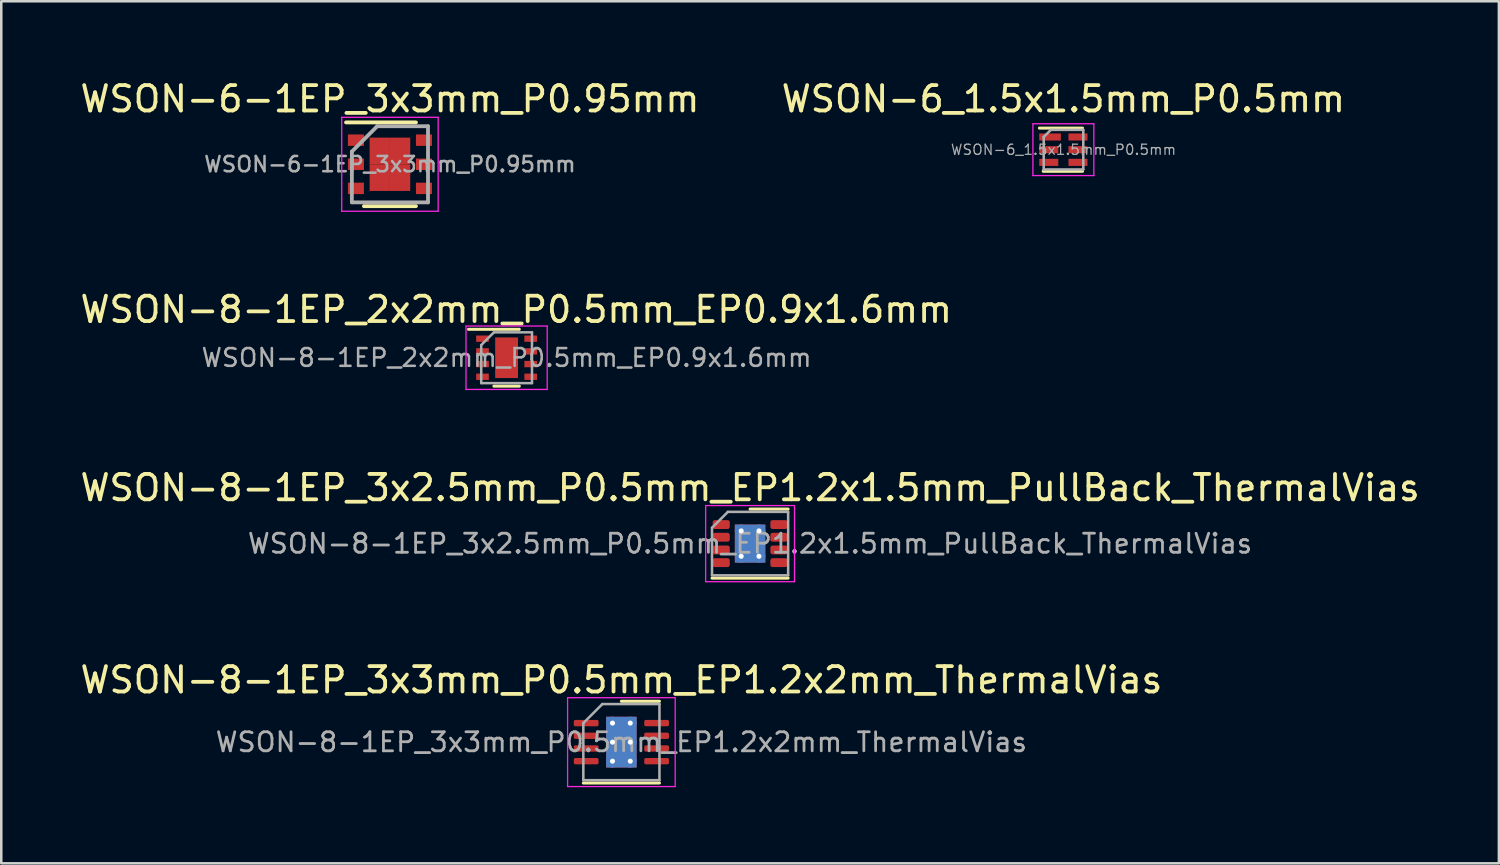
<source format=kicad_pcb>
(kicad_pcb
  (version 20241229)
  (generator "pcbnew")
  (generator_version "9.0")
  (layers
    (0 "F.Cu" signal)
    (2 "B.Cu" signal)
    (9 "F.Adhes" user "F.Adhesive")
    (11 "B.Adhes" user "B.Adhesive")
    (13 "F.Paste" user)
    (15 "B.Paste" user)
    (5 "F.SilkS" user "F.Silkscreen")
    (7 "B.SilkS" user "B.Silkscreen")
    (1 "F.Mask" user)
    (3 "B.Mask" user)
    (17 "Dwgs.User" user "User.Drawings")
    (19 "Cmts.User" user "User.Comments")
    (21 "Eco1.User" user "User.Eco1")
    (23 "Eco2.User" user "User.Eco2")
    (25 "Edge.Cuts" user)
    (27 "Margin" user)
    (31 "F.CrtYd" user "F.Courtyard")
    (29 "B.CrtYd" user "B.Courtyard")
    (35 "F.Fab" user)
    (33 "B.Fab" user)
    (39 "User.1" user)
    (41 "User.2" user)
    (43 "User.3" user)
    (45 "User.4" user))
  (footprint "WSON-8-1EP_3x3mm_P0.5mm_EP1.2x2mm_ThermalVias"
    (layer "F.Cu")
    (at 21.435 26.193)
    (property "Reference" "WSON-8-1EP_3x3mm_P0.5mm_EP1.2x2mm_ThermalVias" (at 0 -2.45 0) (layer "F.SilkS") (effects (font (size 1 1) (thickness 0.15))))
    (attr smd)
    (fp_line (start -1.5 1.61) (end 1.5 1.61) (stroke (width 0.12) (type solid)) (layer "F.SilkS"))
    (fp_line (start 0 -1.61) (end 1.5 -1.61) (stroke (width 0.12) (type solid)) (layer "F.SilkS"))
    (fp_line (start -2.12 -1.75) (end -2.12 1.75) (stroke (width 0.05) (type solid)) (layer "F.CrtYd"))
    (fp_line (start -2.12 1.75) (end 2.12 1.75) (stroke (width 0.05) (type solid)) (layer "F.CrtYd"))
    (fp_line (start 2.12 -1.75) (end -2.12 -1.75) (stroke (width 0.05) (type solid)) (layer "F.CrtYd"))
    (fp_line (start 2.12 1.75) (end 2.12 -1.75) (stroke (width 0.05) (type solid)) (layer "F.CrtYd"))
    (fp_line (start -1.5 -0.75) (end -0.75 -1.5) (stroke (width 0.1) (type solid)) (layer "F.Fab"))
    (fp_line (start -1.5 1.5) (end -1.5 -0.75) (stroke (width 0.1) (type solid)) (layer "F.Fab"))
    (fp_line (start -0.75 -1.5) (end 1.5 -1.5) (stroke (width 0.1) (type solid)) (layer "F.Fab"))
    (fp_line (start 1.5 -1.5) (end 1.5 1.5) (stroke (width 0.1) (type solid)) (layer "F.Fab"))
    (fp_line (start 1.5 1.5) (end -1.5 1.5) (stroke (width 0.1) (type solid)) (layer "F.Fab"))
    (fp_text user "${REFERENCE}" (at 0 0 0) (layer "F.Fab") (effects (font (size 0.75 0.75) (thickness 0.11))))
    (pad "" smd roundrect (at 0 -0.5) (size 1.04 0.87) (layers "F.Paste") (roundrect_rratio 0.25))
    (pad "" smd roundrect (at 0 0.5) (size 1.04 0.87) (layers "F.Paste") (roundrect_rratio 0.25))
    (pad "1" smd roundrect (at -1.387 -0.75) (size 0.975 0.25) (layers "F.Cu" "F.Mask" "F.Paste") (roundrect_rratio 0.25))
    (pad "2" smd roundrect (at -1.387 -0.25) (size 0.975 0.25) (layers "F.Cu" "F.Mask" "F.Paste") (roundrect_rratio 0.25))
    (pad "3" smd roundrect (at -1.387 0.25) (size 0.975 0.25) (layers "F.Cu" "F.Mask" "F.Paste") (roundrect_rratio 0.25))
    (pad "4" smd roundrect (at -1.387 0.75) (size 0.975 0.25) (layers "F.Cu" "F.Mask" "F.Paste") (roundrect_rratio 0.25))
    (pad "5" smd roundrect (at 1.387 0.75) (size 0.975 0.25) (layers "F.Cu" "F.Mask" "F.Paste") (roundrect_rratio 0.25))
    (pad "6" smd roundrect (at 1.387 0.25) (size 0.975 0.25) (layers "F.Cu" "F.Mask" "F.Paste") (roundrect_rratio 0.25))
    (pad "7" smd roundrect (at 1.387 -0.25) (size 0.975 0.25) (layers "F.Cu" "F.Mask" "F.Paste") (roundrect_rratio 0.25))
    (pad "8" smd roundrect (at 1.387 -0.75) (size 0.975 0.25) (layers "F.Cu" "F.Mask" "F.Paste") (roundrect_rratio 0.25))
    (pad "9" thru_hole circle (at -0.35 -0.75) (size 0.5 0.5) (drill 0.2) (layers "*.Cu"))
    (pad "9" thru_hole circle (at -0.35 0) (size 0.5 0.5) (drill 0.2) (layers "*.Cu"))
    (pad "9" thru_hole circle (at -0.35 0.75) (size 0.5 0.5) (drill 0.2) (layers "*.Cu"))
    (pad "9" smd rect (at 0 0) (size 1.2 2) (layers "F.Cu" "F.Mask"))
    (pad "9" smd rect (at 0 0) (size 1.2 2) (layers "B.Cu"))
    (pad "9" thru_hole circle (at 0.35 -0.75) (size 0.5 0.5) (drill 0.2) (layers "*.Cu"))
    (pad "9" thru_hole circle (at 0.35 0) (size 0.5 0.5) (drill 0.2) (layers "*.Cu"))
    (pad "9" thru_hole circle (at 0.35 0.75) (size 0.5 0.5) (drill 0.2) (layers "*.Cu")))
  (footprint "WSON-6-1EP_3x3mm_P0.95mm"
    (layer "F.Cu")
    (at 12.315 3.423)
    (property "Reference" "WSON-6-1EP_3x3mm_P0.95mm" (at 0 -2.575 0) (layer "F.SilkS") (effects (font (size 1 1) (thickness 0.15))))
    (attr smd)
    (fp_line (start -1.73 -1.65) (end 1.025 -1.65) (stroke (width 0.15) (type solid)) (layer "F.SilkS"))
    (fp_line (start -1.025 1.65) (end 1.025 1.65) (stroke (width 0.15) (type solid)) (layer "F.SilkS"))
    (fp_line (start -1.9 -1.85) (end -1.9 1.85) (stroke (width 0.05) (type solid)) (layer "F.CrtYd"))
    (fp_line (start -1.9 -1.85) (end 1.9 -1.85) (stroke (width 0.05) (type solid)) (layer "F.CrtYd"))
    (fp_line (start -1.9 1.85) (end 1.9 1.85) (stroke (width 0.05) (type solid)) (layer "F.CrtYd"))
    (fp_line (start 1.9 -1.85) (end 1.9 1.85) (stroke (width 0.05) (type solid)) (layer "F.CrtYd"))
    (fp_line (start -1.5 -0.5) (end -0.5 -1.5) (stroke (width 0.15) (type solid)) (layer "F.Fab"))
    (fp_line (start -1.5 1.5) (end -1.5 -0.5) (stroke (width 0.15) (type solid)) (layer "F.Fab"))
    (fp_line (start -0.5 -1.5) (end 1.5 -1.5) (stroke (width 0.15) (type solid)) (layer "F.Fab"))
    (fp_line (start 1.5 -1.5) (end 1.5 1.5) (stroke (width 0.15) (type solid)) (layer "F.Fab"))
    (fp_line (start 1.5 1.5) (end -1.5 1.5) (stroke (width 0.15) (type solid)) (layer "F.Fab"))
    (fp_text user "${REFERENCE}" (at 0 0 0) (layer "F.Fab") (effects (font (size 0.6 0.6) (thickness 0.1))))
    (pad "1" smd rect (at -1.34 -0.95) (size 0.63 0.45) (layers "F.Cu" "F.Mask" "F.Paste"))
    (pad "2" smd rect (at -1.34 0) (size 0.63 0.45) (layers "F.Cu" "F.Mask" "F.Paste"))
    (pad "3" smd rect (at -1.34 0.95) (size 0.63 0.45) (layers "F.Cu" "F.Mask" "F.Paste"))
    (pad "4" smd rect (at 1.34 0.95) (size 0.63 0.45) (layers "F.Cu" "F.Mask" "F.Paste"))
    (pad "5" smd rect (at 1.34 0) (size 0.63 0.45) (layers "F.Cu" "F.Mask" "F.Paste"))
    (pad "6" smd rect (at 1.34 -0.95) (size 0.63 0.45) (layers "F.Cu" "F.Mask" "F.Paste"))
    (pad "7" smd rect (at -0.4 -0.525) (size 0.8 1.05) (layers "F.Cu" "F.Mask" "F.Paste"))
    (pad "7" smd rect (at -0.4 0.525) (size 0.8 1.05) (layers "F.Cu" "F.Mask" "F.Paste"))
    (pad "7" smd rect (at 0.4 -0.525) (size 0.8 1.05) (layers "F.Cu" "F.Mask" "F.Paste"))
    (pad "7" smd rect (at 0.4 0.525) (size 0.8 1.05) (layers "F.Cu" "F.Mask" "F.Paste")))
  (footprint "WSON-8-1EP_3x2.5mm_P0.5mm_EP1.2x1.5mm_PullBack_ThermalVias"
    (layer "F.Cu")
    (at 26.506 18.37)
    (property "Reference" "WSON-8-1EP_3x2.5mm_P0.5mm_EP1.2x1.5mm_PullBack_ThermalVias" (at 0 -2.2 0) (layer "F.SilkS") (effects (font (size 1 1) (thickness 0.15))))
    (attr smd)
    (fp_line (start -1.5 1.36) (end 1.5 1.36) (stroke (width 0.12) (type solid)) (layer "F.SilkS"))
    (fp_line (start 0 -1.36) (end 1.5 -1.36) (stroke (width 0.12) (type solid)) (layer "F.SilkS"))
    (fp_line (start -1.75 -1.5) (end -1.75 1.5) (stroke (width 0.05) (type solid)) (layer "F.CrtYd"))
    (fp_line (start -1.75 1.5) (end 1.75 1.5) (stroke (width 0.05) (type solid)) (layer "F.CrtYd"))
    (fp_line (start 1.75 -1.5) (end -1.75 -1.5) (stroke (width 0.05) (type solid)) (layer "F.CrtYd"))
    (fp_line (start 1.75 1.5) (end 1.75 -1.5) (stroke (width 0.05) (type solid)) (layer "F.CrtYd"))
    (fp_line (start -1.5 -0.625) (end -0.875 -1.25) (stroke (width 0.1) (type solid)) (layer "F.Fab"))
    (fp_line (start -1.5 1.25) (end -1.5 -0.625) (stroke (width 0.1) (type solid)) (layer "F.Fab"))
    (fp_line (start -0.875 -1.25) (end 1.5 -1.25) (stroke (width 0.1) (type solid)) (layer "F.Fab"))
    (fp_line (start 1.5 -1.25) (end 1.5 1.25) (stroke (width 0.1) (type solid)) (layer "F.Fab"))
    (fp_line (start 1.5 1.25) (end -1.5 1.25) (stroke (width 0.1) (type solid)) (layer "F.Fab"))
    (fp_text user "${REFERENCE}" (at 0 0 0) (layer "F.Fab") (effects (font (size 0.75 0.75) (thickness 0.11))))
    (pad "" smd roundrect (at -0.3 -0.375) (size 0.52 0.65) (layers "F.Paste") (roundrect_rratio 0.25))
    (pad "" smd roundrect (at -0.3 0.375) (size 0.52 0.65) (layers "F.Paste") (roundrect_rratio 0.25))
    (pad "" smd roundrect (at 0.3 -0.375) (size 0.52 0.65) (layers "F.Paste") (roundrect_rratio 0.25))
    (pad "" smd roundrect (at 0.3 0.375) (size 0.52 0.65) (layers "F.Paste") (roundrect_rratio 0.25))
    (pad "1" smd roundrect (at -1.137 -0.75) (size 0.675 0.35) (layers "F.Cu" "F.Mask" "F.Paste") (roundrect_rratio 0.25))
    (pad "2" smd roundrect (at -1.137 -0.25) (size 0.675 0.35) (layers "F.Cu" "F.Mask" "F.Paste") (roundrect_rratio 0.25))
    (pad "3" smd roundrect (at -1.137 0.25) (size 0.675 0.35) (layers "F.Cu" "F.Mask" "F.Paste") (roundrect_rratio 0.25))
    (pad "4" smd roundrect (at -1.137 0.75) (size 0.675 0.35) (layers "F.Cu" "F.Mask" "F.Paste") (roundrect_rratio 0.25))
    (pad "5" smd roundrect (at 1.137 0.75) (size 0.675 0.35) (layers "F.Cu" "F.Mask" "F.Paste") (roundrect_rratio 0.25))
    (pad "6" smd roundrect (at 1.137 0.25) (size 0.675 0.35) (layers "F.Cu" "F.Mask" "F.Paste") (roundrect_rratio 0.25))
    (pad "7" smd roundrect (at 1.137 -0.25) (size 0.675 0.35) (layers "F.Cu" "F.Mask" "F.Paste") (roundrect_rratio 0.25))
    (pad "8" smd roundrect (at 1.137 -0.75) (size 0.675 0.35) (layers "F.Cu" "F.Mask" "F.Paste") (roundrect_rratio 0.25))
    (pad "9" thru_hole circle (at -0.35 -0.5) (size 0.5 0.5) (drill 0.2) (layers "*.Cu"))
    (pad "9" thru_hole circle (at -0.35 0.5) (size 0.5 0.5) (drill 0.2) (layers "*.Cu"))
    (pad "9" smd rect (at 0 0) (size 1.2 1.5) (layers "F.Cu" "F.Mask"))
    (pad "9" smd rect (at 0 0) (size 1.2 1.5) (layers "B.Cu"))
    (pad "9" thru_hole circle (at 0.35 -0.5) (size 0.5 0.5) (drill 0.2) (layers "*.Cu"))
    (pad "9" thru_hole circle (at 0.35 0.5) (size 0.5 0.5) (drill 0.2) (layers "*.Cu")))
  (footprint "WSON-6_1.5x1.5mm_P0.5mm"
    (layer "F.Cu")
    (at 38.851 2.848)
    (property "Reference" "WSON-6_1.5x1.5mm_P0.5mm" (at 0 -2 0) (layer "F.SilkS") (effects (font (size 1 1) (thickness 0.15))))
    (attr smd)
    (fp_line (start -0.945 -0.85) (end 0.755 -0.85) (stroke (width 0.12) (type solid)) (layer "F.SilkS"))
    (fp_line (start -0.795 0.85) (end 0.755 0.85) (stroke (width 0.12) (type solid)) (layer "F.SilkS"))
    (fp_line (start -1.2 1.02) (end -1.2 -1.02) (stroke (width 0.05) (type solid)) (layer "F.CrtYd"))
    (fp_line (start -1.2 1.02) (end 1.2 1.02) (stroke (width 0.05) (type solid)) (layer "F.CrtYd"))
    (fp_line (start 1.2 -1.02) (end -1.2 -1.02) (stroke (width 0.05) (type solid)) (layer "F.CrtYd"))
    (fp_line (start 1.2 -1.02) (end 1.2 1.02) (stroke (width 0.05) (type solid)) (layer "F.CrtYd"))
    (fp_line (start -0.775 -0.5) (end -0.775 0.78) (stroke (width 0.1) (type solid)) (layer "F.Fab"))
    (fp_line (start -0.775 0.78) (end 0.785 0.78) (stroke (width 0.1) (type solid)) (layer "F.Fab"))
    (fp_line (start -0.495 -0.78) (end -0.775 -0.5) (stroke (width 0.1) (type solid)) (layer "F.Fab"))
    (fp_line (start 0.785 -0.78) (end -0.495 -0.78) (stroke (width 0.1) (type solid)) (layer "F.Fab"))
    (fp_line (start 0.785 -0.78) (end 0.785 0.78) (stroke (width 0.1) (type solid)) (layer "F.Fab"))
    (fp_text user "${REFERENCE}" (at 0.005 0 0) (layer "F.Fab") (effects (font (size 0.4 0.4) (thickness 0.05))))
    (pad "1" smd rect (at -0.525 -0.5 270) (size 0.28 0.85) (layers "F.Cu" "F.Mask" "F.Paste"))
    (pad "2" smd rect (at -0.575 0 270) (size 0.28 0.75) (layers "F.Cu" "F.Mask" "F.Paste"))
    (pad "3" smd rect (at -0.575 0.5 270) (size 0.28 0.75) (layers "F.Cu" "F.Mask" "F.Paste"))
    (pad "4" smd rect (at 0.575 0.5 270) (size 0.28 0.75) (layers "F.Cu" "F.Mask" "F.Paste"))
    (pad "5" smd rect (at 0.575 0 270) (size 0.28 0.75) (layers "F.Cu" "F.Mask" "F.Paste"))
    (pad "6" smd rect (at 0.575 -0.5 270) (size 0.28 0.75) (layers "F.Cu" "F.Mask" "F.Paste")))
  (footprint "WSON-8-1EP_2x2mm_P0.5mm_EP0.9x1.6mm"
    (layer "F.Cu")
    (at 16.912 11.046)
    (property "Reference" "WSON-8-1EP_2x2mm_P0.5mm_EP0.9x1.6mm" (at 0.38 -1.9 0) (layer "F.SilkS") (effects (font (size 1 1) (thickness 0.15))))
    (attr smd)
    (fp_line (start -1.5 -1.12) (end 0.5 -1.12) (stroke (width 0.12) (type solid)) (layer "F.SilkS"))
    (fp_line (start 0.5 1.12) (end -0.5 1.12) (stroke (width 0.12) (type solid)) (layer "F.SilkS"))
    (fp_line (start -1.6 -1.25) (end -1.6 1.25) (stroke (width 0.05) (type solid)) (layer "F.CrtYd"))
    (fp_line (start -1.6 -1.25) (end 1.6 -1.25) (stroke (width 0.05) (type solid)) (layer "F.CrtYd"))
    (fp_line (start -1.6 1.25) (end 1.6 1.25) (stroke (width 0.05) (type solid)) (layer "F.CrtYd"))
    (fp_line (start 1.6 -1.25) (end 1.6 1.25) (stroke (width 0.05) (type solid)) (layer "F.CrtYd"))
    (fp_line (start -1 1) (end -1 -0.5) (stroke (width 0.1) (type solid)) (layer "F.Fab"))
    (fp_line (start -0.5 -1) (end -1 -0.5) (stroke (width 0.1) (type solid)) (layer "F.Fab"))
    (fp_line (start -0.5 -1) (end 1 -1) (stroke (width 0.1) (type solid)) (layer "F.Fab"))
    (fp_line (start 1 -1) (end 1 1) (stroke (width 0.1) (type solid)) (layer "F.Fab"))
    (fp_line (start 1 1) (end -1 1) (stroke (width 0.1) (type solid)) (layer "F.Fab"))
    (fp_text user "${REFERENCE}" (at 0 0 0) (layer "F.Fab") (effects (font (size 0.7 0.7) (thickness 0.1))))
    (pad "" smd rect (at 0 -0.4) (size 0.75 0.65) (layers "F.Paste"))
    (pad "" smd rect (at 0 0.4) (size 0.75 0.65) (layers "F.Paste"))
    (pad "1" smd rect (at -0.95 -0.75) (size 0.5 0.25) (layers "F.Cu" "F.Mask" "F.Paste"))
    (pad "2" smd rect (at -0.95 -0.25) (size 0.5 0.25) (layers "F.Cu" "F.Mask" "F.Paste"))
    (pad "3" smd rect (at -0.95 0.25) (size 0.5 0.25) (layers "F.Cu" "F.Mask" "F.Paste"))
    (pad "4" smd rect (at -0.95 0.75) (size 0.5 0.25) (layers "F.Cu" "F.Mask" "F.Paste"))
    (pad "5" smd rect (at 0.95 0.75) (size 0.5 0.25) (layers "F.Cu" "F.Mask" "F.Paste"))
    (pad "6" smd rect (at 0.95 0.25) (size 0.5 0.25) (layers "F.Cu" "F.Mask" "F.Paste"))
    (pad "7" smd rect (at 0.95 -0.25) (size 0.5 0.25) (layers "F.Cu" "F.Mask" "F.Paste"))
    (pad "8" smd rect (at 0.95 -0.75) (size 0.5 0.25) (layers "F.Cu" "F.Mask" "F.Paste"))
    (pad "9" smd rect (at 0 0) (size 0.9 1.6) (layers "F.Cu" "F.Mask")))
  (gr_rect
    (start -3 -3)
    (end 56.012 30.968)
    (stroke (width 0.1) (type default))
    (fill no)
    (layer "Edge.Cuts")))
</source>
